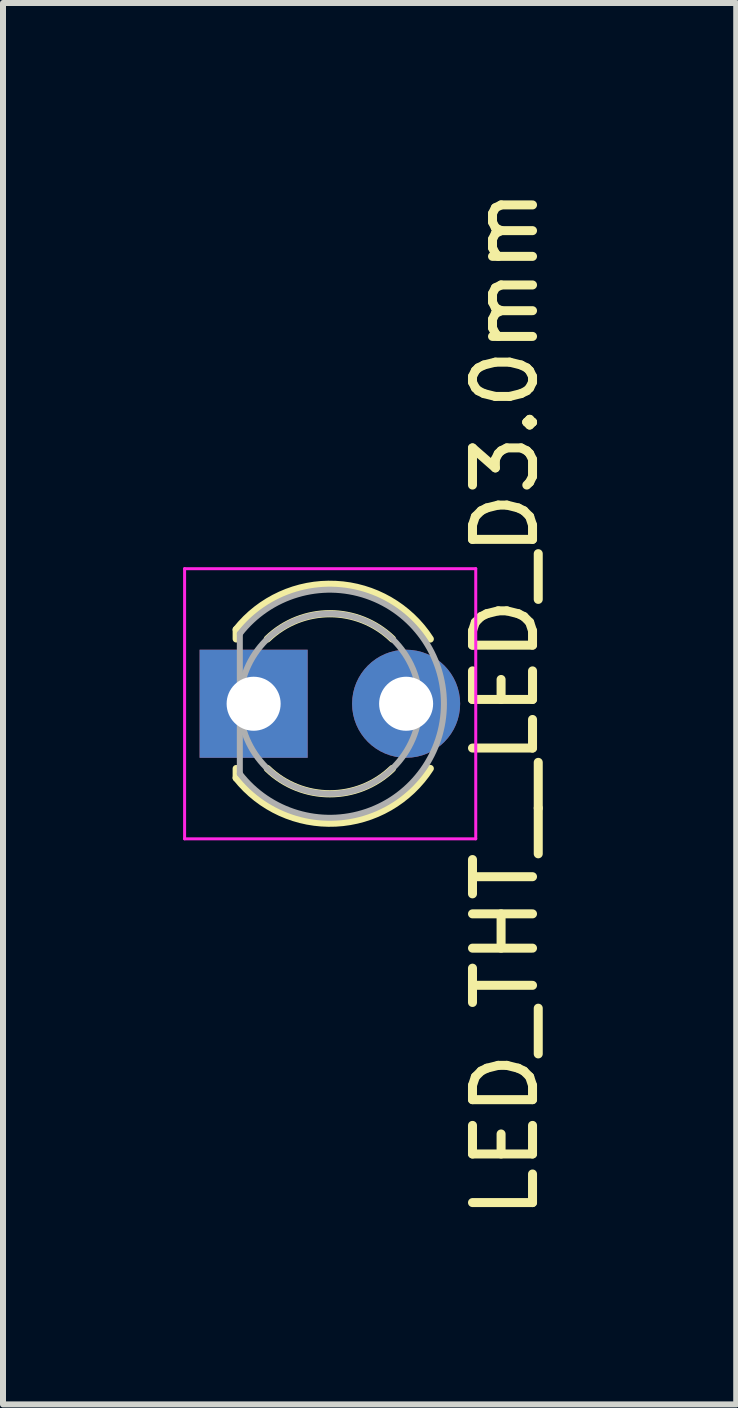
<source format=kicad_pcb>
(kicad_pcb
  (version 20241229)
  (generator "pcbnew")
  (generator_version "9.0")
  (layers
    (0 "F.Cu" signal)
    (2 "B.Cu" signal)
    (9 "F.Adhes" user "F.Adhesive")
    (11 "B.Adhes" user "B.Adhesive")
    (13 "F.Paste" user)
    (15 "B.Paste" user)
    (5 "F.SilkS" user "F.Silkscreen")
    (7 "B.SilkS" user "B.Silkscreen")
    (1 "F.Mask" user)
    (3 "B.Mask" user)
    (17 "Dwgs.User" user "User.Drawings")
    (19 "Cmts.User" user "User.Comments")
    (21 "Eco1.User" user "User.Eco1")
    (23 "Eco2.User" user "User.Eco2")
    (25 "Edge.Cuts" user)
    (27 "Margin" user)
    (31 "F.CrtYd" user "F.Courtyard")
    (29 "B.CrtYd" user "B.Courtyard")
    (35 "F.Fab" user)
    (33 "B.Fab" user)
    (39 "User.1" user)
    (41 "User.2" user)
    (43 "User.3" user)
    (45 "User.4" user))
  (footprint "LED_THT__LED_D3.0mm"
    (layer "F.Cu")
    (at 1.175 8.673)
    (property "Reference" "LED_THT__LED_D3.0mm" (at 4.191 0 90) (layer "F.SilkS") (effects (font (size 1 1) (thickness 0.15))))
    (attr through_hole)
    (fp_line (start -0.29 -1.236) (end -0.29 -1.08) (stroke (width 0.12) (type solid)) (layer "F.SilkS"))
    (fp_line (start -0.29 1.08) (end -0.29 1.236) (stroke (width 0.12) (type solid)) (layer "F.SilkS"))
    (fp_arc (start -0.29 -1.235516) (mid 1.366487 -1.987659) (end 2.942335 -1.078608) (stroke (width 0.12) (type solid)) (layer "F.SilkS"))
    (fp_arc (start 0.229039 -1.08) (mid 1.270117 -1.5) (end 2.31113 -1.079837) (stroke (width 0.12) (type solid)) (layer "F.SilkS"))
    (fp_arc (start 2.31113 1.079837) (mid 1.270117 1.5) (end 0.229039 1.08) (stroke (width 0.12) (type solid)) (layer "F.SilkS"))
    (fp_arc (start 2.942335 1.078608) (mid 1.366487 1.987659) (end -0.29 1.235516) (stroke (width 0.12) (type solid)) (layer "F.SilkS"))
    (fp_line (start -1.15 -2.25) (end -1.15 2.25) (stroke (width 0.05) (type solid)) (layer "F.CrtYd"))
    (fp_line (start -1.15 2.25) (end 3.7 2.25) (stroke (width 0.05) (type solid)) (layer "F.CrtYd"))
    (fp_line (start 3.7 -2.25) (end -1.15 -2.25) (stroke (width 0.05) (type solid)) (layer "F.CrtYd"))
    (fp_line (start 3.7 2.25) (end 3.7 -2.25) (stroke (width 0.05) (type solid)) (layer "F.CrtYd"))
    (fp_line (start -0.23 -1.166) (end -0.23 1.166) (stroke (width 0.1) (type solid)) (layer "F.Fab"))
    (fp_arc (start -0.23 -1.16619) (mid 3.17 0.000452) (end -0.230555 1.165476) (stroke (width 0.1) (type solid)) (layer "F.Fab"))
    (fp_circle (center 1.27 0) (end 2.77 0) (stroke (width 0.1) (type solid)) (fill no) (layer "F.Fab"))
    (pad "1" thru_hole rect (at 0 0) (size 1.8 1.8) (drill 0.9) (layers "*.Cu" "*.Mask"))
    (pad "2" thru_hole circle (at 2.54 0) (size 1.8 1.8) (drill 0.9) (layers "*.Cu" "*.Mask")))
  (gr_rect
    (start -3 -3)
    (end 9.214 20.345)
    (stroke (width 0.1) (type default))
    (fill no)
    (layer "Edge.Cuts")))
</source>
